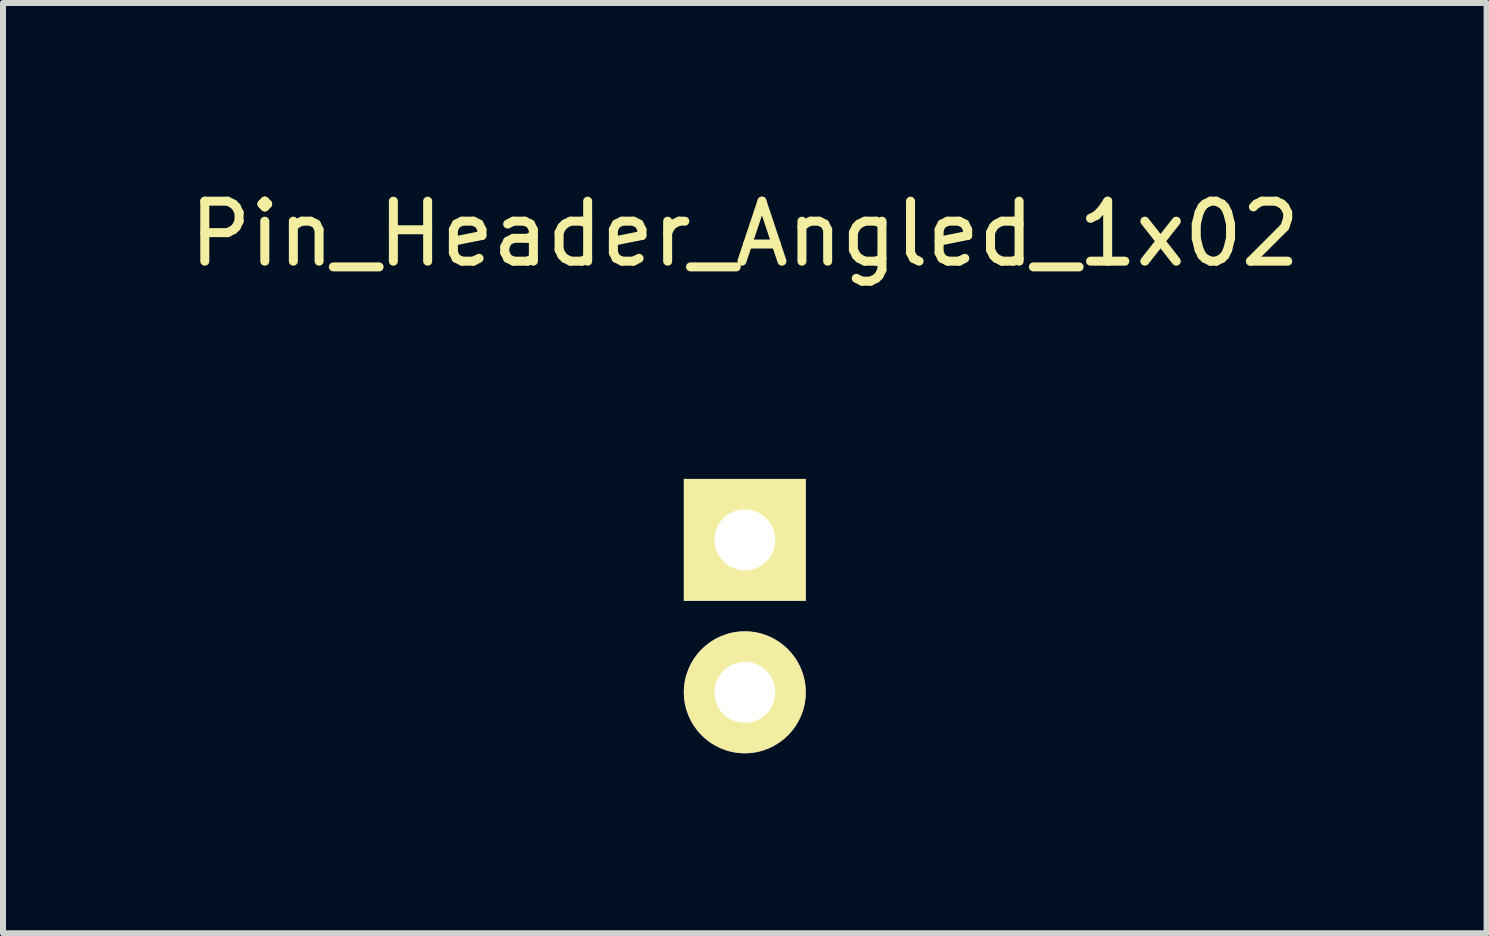
<source format=kicad_pcb>
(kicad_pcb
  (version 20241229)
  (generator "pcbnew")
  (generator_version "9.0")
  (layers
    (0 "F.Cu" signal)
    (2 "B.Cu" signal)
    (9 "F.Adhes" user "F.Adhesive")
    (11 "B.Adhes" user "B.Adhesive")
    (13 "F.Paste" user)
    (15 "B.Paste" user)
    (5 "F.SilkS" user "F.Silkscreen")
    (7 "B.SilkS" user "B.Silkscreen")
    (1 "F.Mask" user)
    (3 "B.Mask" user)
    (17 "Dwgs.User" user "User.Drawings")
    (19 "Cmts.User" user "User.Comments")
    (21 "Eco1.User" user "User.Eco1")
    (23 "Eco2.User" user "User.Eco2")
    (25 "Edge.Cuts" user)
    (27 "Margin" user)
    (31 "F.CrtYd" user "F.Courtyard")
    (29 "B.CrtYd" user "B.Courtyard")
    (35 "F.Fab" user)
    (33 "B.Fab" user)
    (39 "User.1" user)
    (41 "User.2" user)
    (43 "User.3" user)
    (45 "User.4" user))
  (footprint "Pin_Header_Angled_1x02"
    (layer "F.Cu")
    (at 9.363 5.948)
    (property "Reference" "Pin_Header_Angled_1x02" (at 0 -5.1 0) (layer "F.SilkS") (effects (font (size 1 1) (thickness 0.15))))
    (attr through_hole)
    (pad "1" thru_hole rect (at 0 0) (size 2.032 2.032) (drill 1.016) (layers "*.Cu" "*.Mask" "F.SilkS"))
    (pad "2" thru_hole oval (at 0 2.54) (size 2.032 2.032) (drill 1.016) (layers "*.Cu" "*.Mask" "F.SilkS")))
  (gr_rect
    (start -3 -3)
    (end 21.726 12.504)
    (stroke (width 0.1) (type default))
    (fill no)
    (layer "Edge.Cuts")))
</source>
